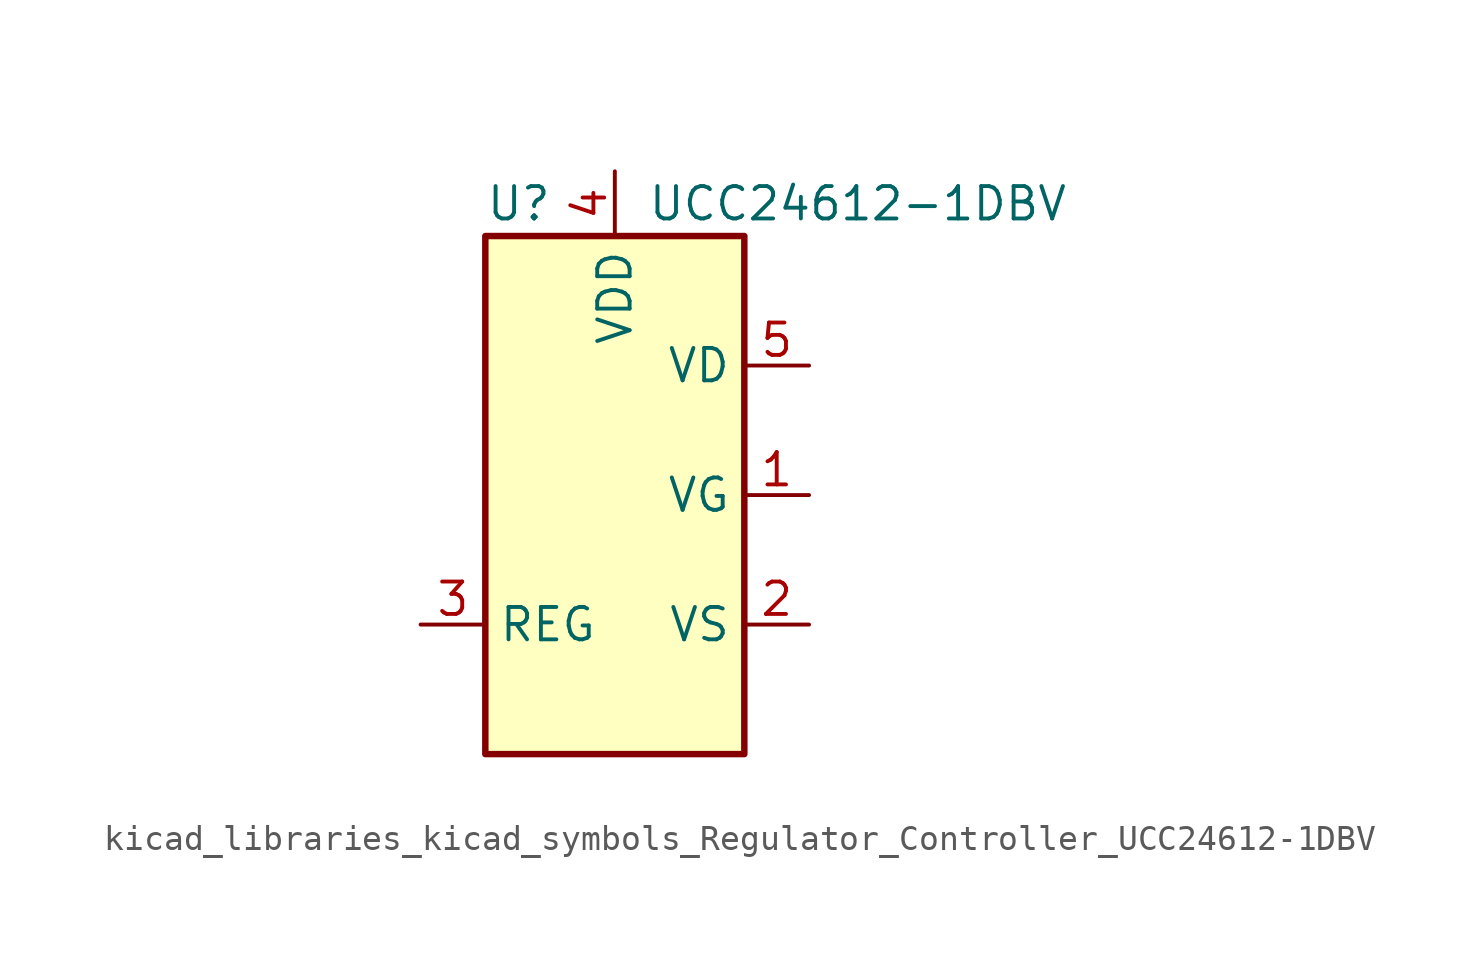
<source format=kicad_sym>
(kicad_symbol_lib
  (version 20220914)
  (generator kicad_symbol_editor)
  (symbol "kicad_libraries_kicad_symbols_Regulator_Controller_UCC24612-1DBV"
    (property "Reference" "U"
      (at -5.08 11.43 0)
      (effects (font (size 1.27 1.27)) (justify left)))
    (property "Value" "UCC24612-1DBV"
      (at 1.27 11.43 0)
      (effects (font (size 1.27 1.27)) (justify left)))
    (symbol "kicad_libraries_kicad_symbols_Regulator_Controller_UCC24612-1DBV_0_1"
      (rectangle (start -5.08 -10.16) (end 5.08 10.16) (stroke (width 0.254) (type default)) (fill (type background))))
    (symbol "kicad_libraries_kicad_symbols_Regulator_Controller_UCC24612-1DBV_1_1"
      (pin output line (at 7.62 0 180) (length 2.54) (name "VG" (effects (font (size 1.27 1.27)))) (number "1" (effects (font (size 1.27 1.27)))))
      (pin input line (at 7.62 -5.08 180) (length 2.54) (name "VS" (effects (font (size 1.27 1.27)))) (number "2" (effects (font (size 1.27 1.27)))))
      (pin passive line (at -7.62 -5.08 0) (length 2.54) (name "REG" (effects (font (size 1.27 1.27)))) (number "3" (effects (font (size 1.27 1.27)))))
      (pin power_in line (at 0 12.7 270) (length 2.54) (name "VDD" (effects (font (size 1.27 1.27)))) (number "4" (effects (font (size 1.27 1.27)))))
      (pin input line (at 7.62 5.08 180) (length 2.54) (name "VD" (effects (font (size 1.27 1.27)))) (number "5" (effects (font (size 1.27 1.27))))))))
</source>
